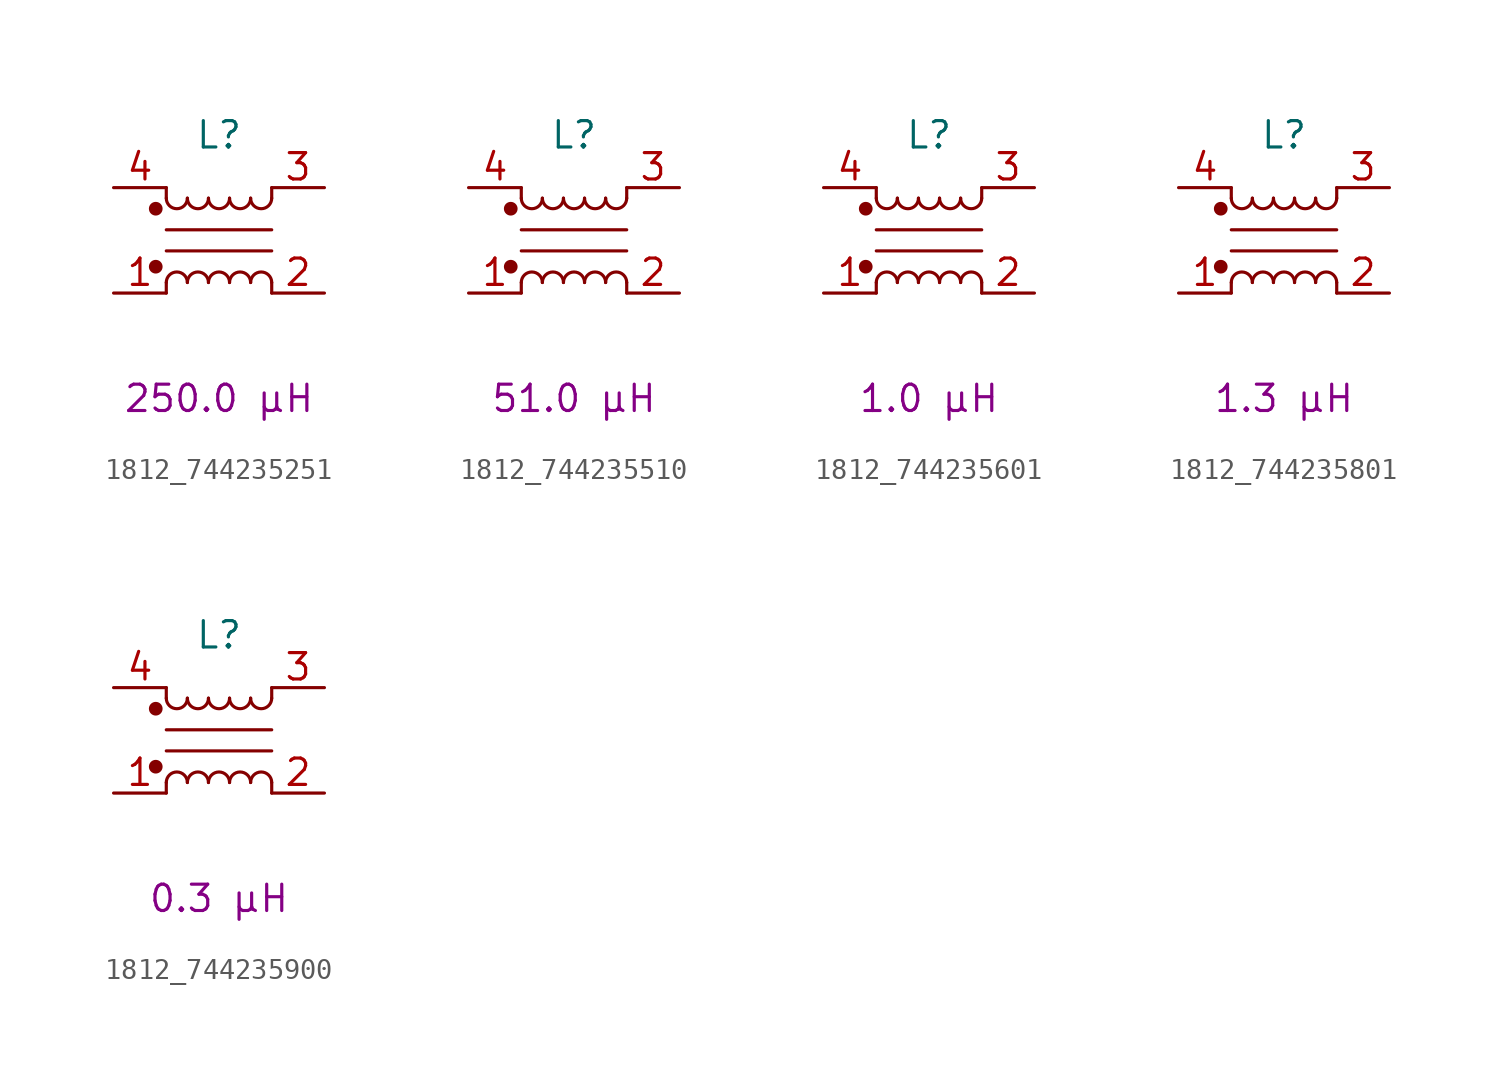
<source format=kicad_sym>
(kicad_symbol_lib
  (version 20220914)
  (generator kicad_symbol_editor)
  (symbol "1812_744235251"
    (pin_names hide)
    (property "Reference" "L"
      (at 0 5.08 0)
      (effects (font (size 1.27 1.27))))
    (property "Critical Parameter" "250.0 µH"
      (at 0 -7.62 0)
      (effects (font (size 1.27 1.27))))
    (symbol "1812_744235251_0_1"
      (circle (center -3.048 -1.27) (radius 0.254) (stroke (width 0) (type default)) (fill (type outline)))
      (circle (center -3.048 1.524) (radius 0.254) (stroke (width 0) (type default)) (fill (type outline)))
      (arc (start -2.54 2.032) (mid -2.032 1.5262) (end -1.524 2.032) (stroke (width 0) (type default)) (fill (type none)))
      (arc (start -1.524 -2.032) (mid -2.032 -1.5262) (end -2.54 -2.032) (stroke (width 0) (type default)) (fill (type none)))
      (arc (start -1.524 2.032) (mid -1.016 1.5262) (end -0.508 2.032) (stroke (width 0) (type default)) (fill (type none)))
      (arc (start -0.508 -2.032) (mid -1.016 -1.5262) (end -1.524 -2.032) (stroke (width 0) (type default)) (fill (type none)))
      (arc (start -0.508 2.032) (mid 0 1.5262) (end 0.508 2.032) (stroke (width 0) (type default)) (fill (type none)))
      (polyline (pts (xy -2.54 -2.032) (xy -2.54 -2.54)) (stroke (width 0) (type default)) (fill (type none)))
      (polyline (pts (xy -2.54 0.508) (xy 2.54 0.508)) (stroke (width 0) (type default)) (fill (type none)))
      (polyline (pts (xy -2.54 2.032) (xy -2.54 2.54)) (stroke (width 0) (type default)) (fill (type none)))
      (polyline (pts (xy 2.54 -2.032) (xy 2.54 -2.54)) (stroke (width 0) (type default)) (fill (type none)))
      (polyline (pts (xy 2.54 -0.508) (xy -2.54 -0.508)) (stroke (width 0) (type default)) (fill (type none)))
      (polyline (pts (xy 2.54 2.54) (xy 2.54 2.032)) (stroke (width 0) (type default)) (fill (type none)))
      (arc (start 0.508 -2.032) (mid 0 -1.5262) (end -0.508 -2.032) (stroke (width 0) (type default)) (fill (type none)))
      (arc (start 0.508 2.032) (mid 1.016 1.5262) (end 1.524 2.032) (stroke (width 0) (type default)) (fill (type none)))
      (arc (start 1.524 -2.032) (mid 1.016 -1.5262) (end 0.508 -2.032) (stroke (width 0) (type default)) (fill (type none)))
      (arc (start 1.524 2.032) (mid 2.032 1.5262) (end 2.54 2.032) (stroke (width 0) (type default)) (fill (type none)))
      (arc (start 2.54 -2.032) (mid 2.032 -1.5262) (end 1.524 -2.032) (stroke (width 0) (type default)) (fill (type none))))
    (symbol "1812_744235251_1_1"
      (pin passive line (at -5.08 -2.54 0) (length 2.54) (name "1" (effects (font (size 1.27 1.27)))) (number "1" (effects (font (size 1.27 1.27)))))
      (pin passive line (at 5.08 -2.54 180) (length 2.54) (name "2" (effects (font (size 1.27 1.27)))) (number "2" (effects (font (size 1.27 1.27)))))
      (pin passive line (at 5.08 2.54 180) (length 2.54) (name "3" (effects (font (size 1.27 1.27)))) (number "3" (effects (font (size 1.27 1.27)))))
      (pin passive line (at -5.08 2.54 0) (length 2.54) (name "4" (effects (font (size 1.27 1.27)))) (number "4" (effects (font (size 1.27 1.27)))))))
  (symbol "1812_744235510"
    (pin_names hide)
    (property "Reference" "L"
      (at 0 5.08 0)
      (effects (font (size 1.27 1.27))))
    (property "Critical Parameter" "51.0 µH"
      (at 0 -7.62 0)
      (effects (font (size 1.27 1.27))))
    (symbol "1812_744235510_0_1"
      (circle (center -3.048 -1.27) (radius 0.254) (stroke (width 0) (type default)) (fill (type outline)))
      (circle (center -3.048 1.524) (radius 0.254) (stroke (width 0) (type default)) (fill (type outline)))
      (arc (start -2.54 2.032) (mid -2.032 1.5262) (end -1.524 2.032) (stroke (width 0) (type default)) (fill (type none)))
      (arc (start -1.524 -2.032) (mid -2.032 -1.5262) (end -2.54 -2.032) (stroke (width 0) (type default)) (fill (type none)))
      (arc (start -1.524 2.032) (mid -1.016 1.5262) (end -0.508 2.032) (stroke (width 0) (type default)) (fill (type none)))
      (arc (start -0.508 -2.032) (mid -1.016 -1.5262) (end -1.524 -2.032) (stroke (width 0) (type default)) (fill (type none)))
      (arc (start -0.508 2.032) (mid 0 1.5262) (end 0.508 2.032) (stroke (width 0) (type default)) (fill (type none)))
      (polyline (pts (xy -2.54 -2.032) (xy -2.54 -2.54)) (stroke (width 0) (type default)) (fill (type none)))
      (polyline (pts (xy -2.54 0.508) (xy 2.54 0.508)) (stroke (width 0) (type default)) (fill (type none)))
      (polyline (pts (xy -2.54 2.032) (xy -2.54 2.54)) (stroke (width 0) (type default)) (fill (type none)))
      (polyline (pts (xy 2.54 -2.032) (xy 2.54 -2.54)) (stroke (width 0) (type default)) (fill (type none)))
      (polyline (pts (xy 2.54 -0.508) (xy -2.54 -0.508)) (stroke (width 0) (type default)) (fill (type none)))
      (polyline (pts (xy 2.54 2.54) (xy 2.54 2.032)) (stroke (width 0) (type default)) (fill (type none)))
      (arc (start 0.508 -2.032) (mid 0 -1.5262) (end -0.508 -2.032) (stroke (width 0) (type default)) (fill (type none)))
      (arc (start 0.508 2.032) (mid 1.016 1.5262) (end 1.524 2.032) (stroke (width 0) (type default)) (fill (type none)))
      (arc (start 1.524 -2.032) (mid 1.016 -1.5262) (end 0.508 -2.032) (stroke (width 0) (type default)) (fill (type none)))
      (arc (start 1.524 2.032) (mid 2.032 1.5262) (end 2.54 2.032) (stroke (width 0) (type default)) (fill (type none)))
      (arc (start 2.54 -2.032) (mid 2.032 -1.5262) (end 1.524 -2.032) (stroke (width 0) (type default)) (fill (type none))))
    (symbol "1812_744235510_1_1"
      (pin passive line (at -5.08 -2.54 0) (length 2.54) (name "1" (effects (font (size 1.27 1.27)))) (number "1" (effects (font (size 1.27 1.27)))))
      (pin passive line (at 5.08 -2.54 180) (length 2.54) (name "2" (effects (font (size 1.27 1.27)))) (number "2" (effects (font (size 1.27 1.27)))))
      (pin passive line (at 5.08 2.54 180) (length 2.54) (name "3" (effects (font (size 1.27 1.27)))) (number "3" (effects (font (size 1.27 1.27)))))
      (pin passive line (at -5.08 2.54 0) (length 2.54) (name "4" (effects (font (size 1.27 1.27)))) (number "4" (effects (font (size 1.27 1.27)))))))
  (symbol "1812_744235601"
    (pin_names hide)
    (property "Reference" "L"
      (at 0 5.08 0)
      (effects (font (size 1.27 1.27))))
    (property "Critical Parameter" "1.0 µH"
      (at 0 -7.62 0)
      (effects (font (size 1.27 1.27))))
    (symbol "1812_744235601_0_1"
      (circle (center -3.048 -1.27) (radius 0.254) (stroke (width 0) (type default)) (fill (type outline)))
      (circle (center -3.048 1.524) (radius 0.254) (stroke (width 0) (type default)) (fill (type outline)))
      (arc (start -2.54 2.032) (mid -2.032 1.5262) (end -1.524 2.032) (stroke (width 0) (type default)) (fill (type none)))
      (arc (start -1.524 -2.032) (mid -2.032 -1.5262) (end -2.54 -2.032) (stroke (width 0) (type default)) (fill (type none)))
      (arc (start -1.524 2.032) (mid -1.016 1.5262) (end -0.508 2.032) (stroke (width 0) (type default)) (fill (type none)))
      (arc (start -0.508 -2.032) (mid -1.016 -1.5262) (end -1.524 -2.032) (stroke (width 0) (type default)) (fill (type none)))
      (arc (start -0.508 2.032) (mid 0 1.5262) (end 0.508 2.032) (stroke (width 0) (type default)) (fill (type none)))
      (polyline (pts (xy -2.54 -2.032) (xy -2.54 -2.54)) (stroke (width 0) (type default)) (fill (type none)))
      (polyline (pts (xy -2.54 0.508) (xy 2.54 0.508)) (stroke (width 0) (type default)) (fill (type none)))
      (polyline (pts (xy -2.54 2.032) (xy -2.54 2.54)) (stroke (width 0) (type default)) (fill (type none)))
      (polyline (pts (xy 2.54 -2.032) (xy 2.54 -2.54)) (stroke (width 0) (type default)) (fill (type none)))
      (polyline (pts (xy 2.54 -0.508) (xy -2.54 -0.508)) (stroke (width 0) (type default)) (fill (type none)))
      (polyline (pts (xy 2.54 2.54) (xy 2.54 2.032)) (stroke (width 0) (type default)) (fill (type none)))
      (arc (start 0.508 -2.032) (mid 0 -1.5262) (end -0.508 -2.032) (stroke (width 0) (type default)) (fill (type none)))
      (arc (start 0.508 2.032) (mid 1.016 1.5262) (end 1.524 2.032) (stroke (width 0) (type default)) (fill (type none)))
      (arc (start 1.524 -2.032) (mid 1.016 -1.5262) (end 0.508 -2.032) (stroke (width 0) (type default)) (fill (type none)))
      (arc (start 1.524 2.032) (mid 2.032 1.5262) (end 2.54 2.032) (stroke (width 0) (type default)) (fill (type none)))
      (arc (start 2.54 -2.032) (mid 2.032 -1.5262) (end 1.524 -2.032) (stroke (width 0) (type default)) (fill (type none))))
    (symbol "1812_744235601_1_1"
      (pin passive line (at -5.08 -2.54 0) (length 2.54) (name "1" (effects (font (size 1.27 1.27)))) (number "1" (effects (font (size 1.27 1.27)))))
      (pin passive line (at 5.08 -2.54 180) (length 2.54) (name "2" (effects (font (size 1.27 1.27)))) (number "2" (effects (font (size 1.27 1.27)))))
      (pin passive line (at 5.08 2.54 180) (length 2.54) (name "3" (effects (font (size 1.27 1.27)))) (number "3" (effects (font (size 1.27 1.27)))))
      (pin passive line (at -5.08 2.54 0) (length 2.54) (name "4" (effects (font (size 1.27 1.27)))) (number "4" (effects (font (size 1.27 1.27)))))))
  (symbol "1812_744235801"
    (pin_names hide)
    (property "Reference" "L"
      (at 0 5.08 0)
      (effects (font (size 1.27 1.27))))
    (property "Critical Parameter" "1.3 µH"
      (at 0 -7.62 0)
      (effects (font (size 1.27 1.27))))
    (symbol "1812_744235801_0_1"
      (circle (center -3.048 -1.27) (radius 0.254) (stroke (width 0) (type default)) (fill (type outline)))
      (circle (center -3.048 1.524) (radius 0.254) (stroke (width 0) (type default)) (fill (type outline)))
      (arc (start -2.54 2.032) (mid -2.032 1.5262) (end -1.524 2.032) (stroke (width 0) (type default)) (fill (type none)))
      (arc (start -1.524 -2.032) (mid -2.032 -1.5262) (end -2.54 -2.032) (stroke (width 0) (type default)) (fill (type none)))
      (arc (start -1.524 2.032) (mid -1.016 1.5262) (end -0.508 2.032) (stroke (width 0) (type default)) (fill (type none)))
      (arc (start -0.508 -2.032) (mid -1.016 -1.5262) (end -1.524 -2.032) (stroke (width 0) (type default)) (fill (type none)))
      (arc (start -0.508 2.032) (mid 0 1.5262) (end 0.508 2.032) (stroke (width 0) (type default)) (fill (type none)))
      (polyline (pts (xy -2.54 -2.032) (xy -2.54 -2.54)) (stroke (width 0) (type default)) (fill (type none)))
      (polyline (pts (xy -2.54 0.508) (xy 2.54 0.508)) (stroke (width 0) (type default)) (fill (type none)))
      (polyline (pts (xy -2.54 2.032) (xy -2.54 2.54)) (stroke (width 0) (type default)) (fill (type none)))
      (polyline (pts (xy 2.54 -2.032) (xy 2.54 -2.54)) (stroke (width 0) (type default)) (fill (type none)))
      (polyline (pts (xy 2.54 -0.508) (xy -2.54 -0.508)) (stroke (width 0) (type default)) (fill (type none)))
      (polyline (pts (xy 2.54 2.54) (xy 2.54 2.032)) (stroke (width 0) (type default)) (fill (type none)))
      (arc (start 0.508 -2.032) (mid 0 -1.5262) (end -0.508 -2.032) (stroke (width 0) (type default)) (fill (type none)))
      (arc (start 0.508 2.032) (mid 1.016 1.5262) (end 1.524 2.032) (stroke (width 0) (type default)) (fill (type none)))
      (arc (start 1.524 -2.032) (mid 1.016 -1.5262) (end 0.508 -2.032) (stroke (width 0) (type default)) (fill (type none)))
      (arc (start 1.524 2.032) (mid 2.032 1.5262) (end 2.54 2.032) (stroke (width 0) (type default)) (fill (type none)))
      (arc (start 2.54 -2.032) (mid 2.032 -1.5262) (end 1.524 -2.032) (stroke (width 0) (type default)) (fill (type none))))
    (symbol "1812_744235801_1_1"
      (pin passive line (at -5.08 -2.54 0) (length 2.54) (name "1" (effects (font (size 1.27 1.27)))) (number "1" (effects (font (size 1.27 1.27)))))
      (pin passive line (at 5.08 -2.54 180) (length 2.54) (name "2" (effects (font (size 1.27 1.27)))) (number "2" (effects (font (size 1.27 1.27)))))
      (pin passive line (at 5.08 2.54 180) (length 2.54) (name "3" (effects (font (size 1.27 1.27)))) (number "3" (effects (font (size 1.27 1.27)))))
      (pin passive line (at -5.08 2.54 0) (length 2.54) (name "4" (effects (font (size 1.27 1.27)))) (number "4" (effects (font (size 1.27 1.27)))))))
  (symbol "1812_744235900"
    (pin_names hide)
    (property "Reference" "L"
      (at 0 5.08 0)
      (effects (font (size 1.27 1.27))))
    (property "Critical Parameter" "0.3 µH"
      (at 0 -7.62 0)
      (effects (font (size 1.27 1.27))))
    (symbol "1812_744235900_0_1"
      (circle (center -3.048 -1.27) (radius 0.254) (stroke (width 0) (type default)) (fill (type outline)))
      (circle (center -3.048 1.524) (radius 0.254) (stroke (width 0) (type default)) (fill (type outline)))
      (arc (start -2.54 2.032) (mid -2.032 1.5262) (end -1.524 2.032) (stroke (width 0) (type default)) (fill (type none)))
      (arc (start -1.524 -2.032) (mid -2.032 -1.5262) (end -2.54 -2.032) (stroke (width 0) (type default)) (fill (type none)))
      (arc (start -1.524 2.032) (mid -1.016 1.5262) (end -0.508 2.032) (stroke (width 0) (type default)) (fill (type none)))
      (arc (start -0.508 -2.032) (mid -1.016 -1.5262) (end -1.524 -2.032) (stroke (width 0) (type default)) (fill (type none)))
      (arc (start -0.508 2.032) (mid 0 1.5262) (end 0.508 2.032) (stroke (width 0) (type default)) (fill (type none)))
      (polyline (pts (xy -2.54 -2.032) (xy -2.54 -2.54)) (stroke (width 0) (type default)) (fill (type none)))
      (polyline (pts (xy -2.54 0.508) (xy 2.54 0.508)) (stroke (width 0) (type default)) (fill (type none)))
      (polyline (pts (xy -2.54 2.032) (xy -2.54 2.54)) (stroke (width 0) (type default)) (fill (type none)))
      (polyline (pts (xy 2.54 -2.032) (xy 2.54 -2.54)) (stroke (width 0) (type default)) (fill (type none)))
      (polyline (pts (xy 2.54 -0.508) (xy -2.54 -0.508)) (stroke (width 0) (type default)) (fill (type none)))
      (polyline (pts (xy 2.54 2.54) (xy 2.54 2.032)) (stroke (width 0) (type default)) (fill (type none)))
      (arc (start 0.508 -2.032) (mid 0 -1.5262) (end -0.508 -2.032) (stroke (width 0) (type default)) (fill (type none)))
      (arc (start 0.508 2.032) (mid 1.016 1.5262) (end 1.524 2.032) (stroke (width 0) (type default)) (fill (type none)))
      (arc (start 1.524 -2.032) (mid 1.016 -1.5262) (end 0.508 -2.032) (stroke (width 0) (type default)) (fill (type none)))
      (arc (start 1.524 2.032) (mid 2.032 1.5262) (end 2.54 2.032) (stroke (width 0) (type default)) (fill (type none)))
      (arc (start 2.54 -2.032) (mid 2.032 -1.5262) (end 1.524 -2.032) (stroke (width 0) (type default)) (fill (type none))))
    (symbol "1812_744235900_1_1"
      (pin passive line (at -5.08 -2.54 0) (length 2.54) (name "1" (effects (font (size 1.27 1.27)))) (number "1" (effects (font (size 1.27 1.27)))))
      (pin passive line (at 5.08 -2.54 180) (length 2.54) (name "2" (effects (font (size 1.27 1.27)))) (number "2" (effects (font (size 1.27 1.27)))))
      (pin passive line (at 5.08 2.54 180) (length 2.54) (name "3" (effects (font (size 1.27 1.27)))) (number "3" (effects (font (size 1.27 1.27)))))
      (pin passive line (at -5.08 2.54 0) (length 2.54) (name "4" (effects (font (size 1.27 1.27)))) (number "4" (effects (font (size 1.27 1.27))))))))
</source>
